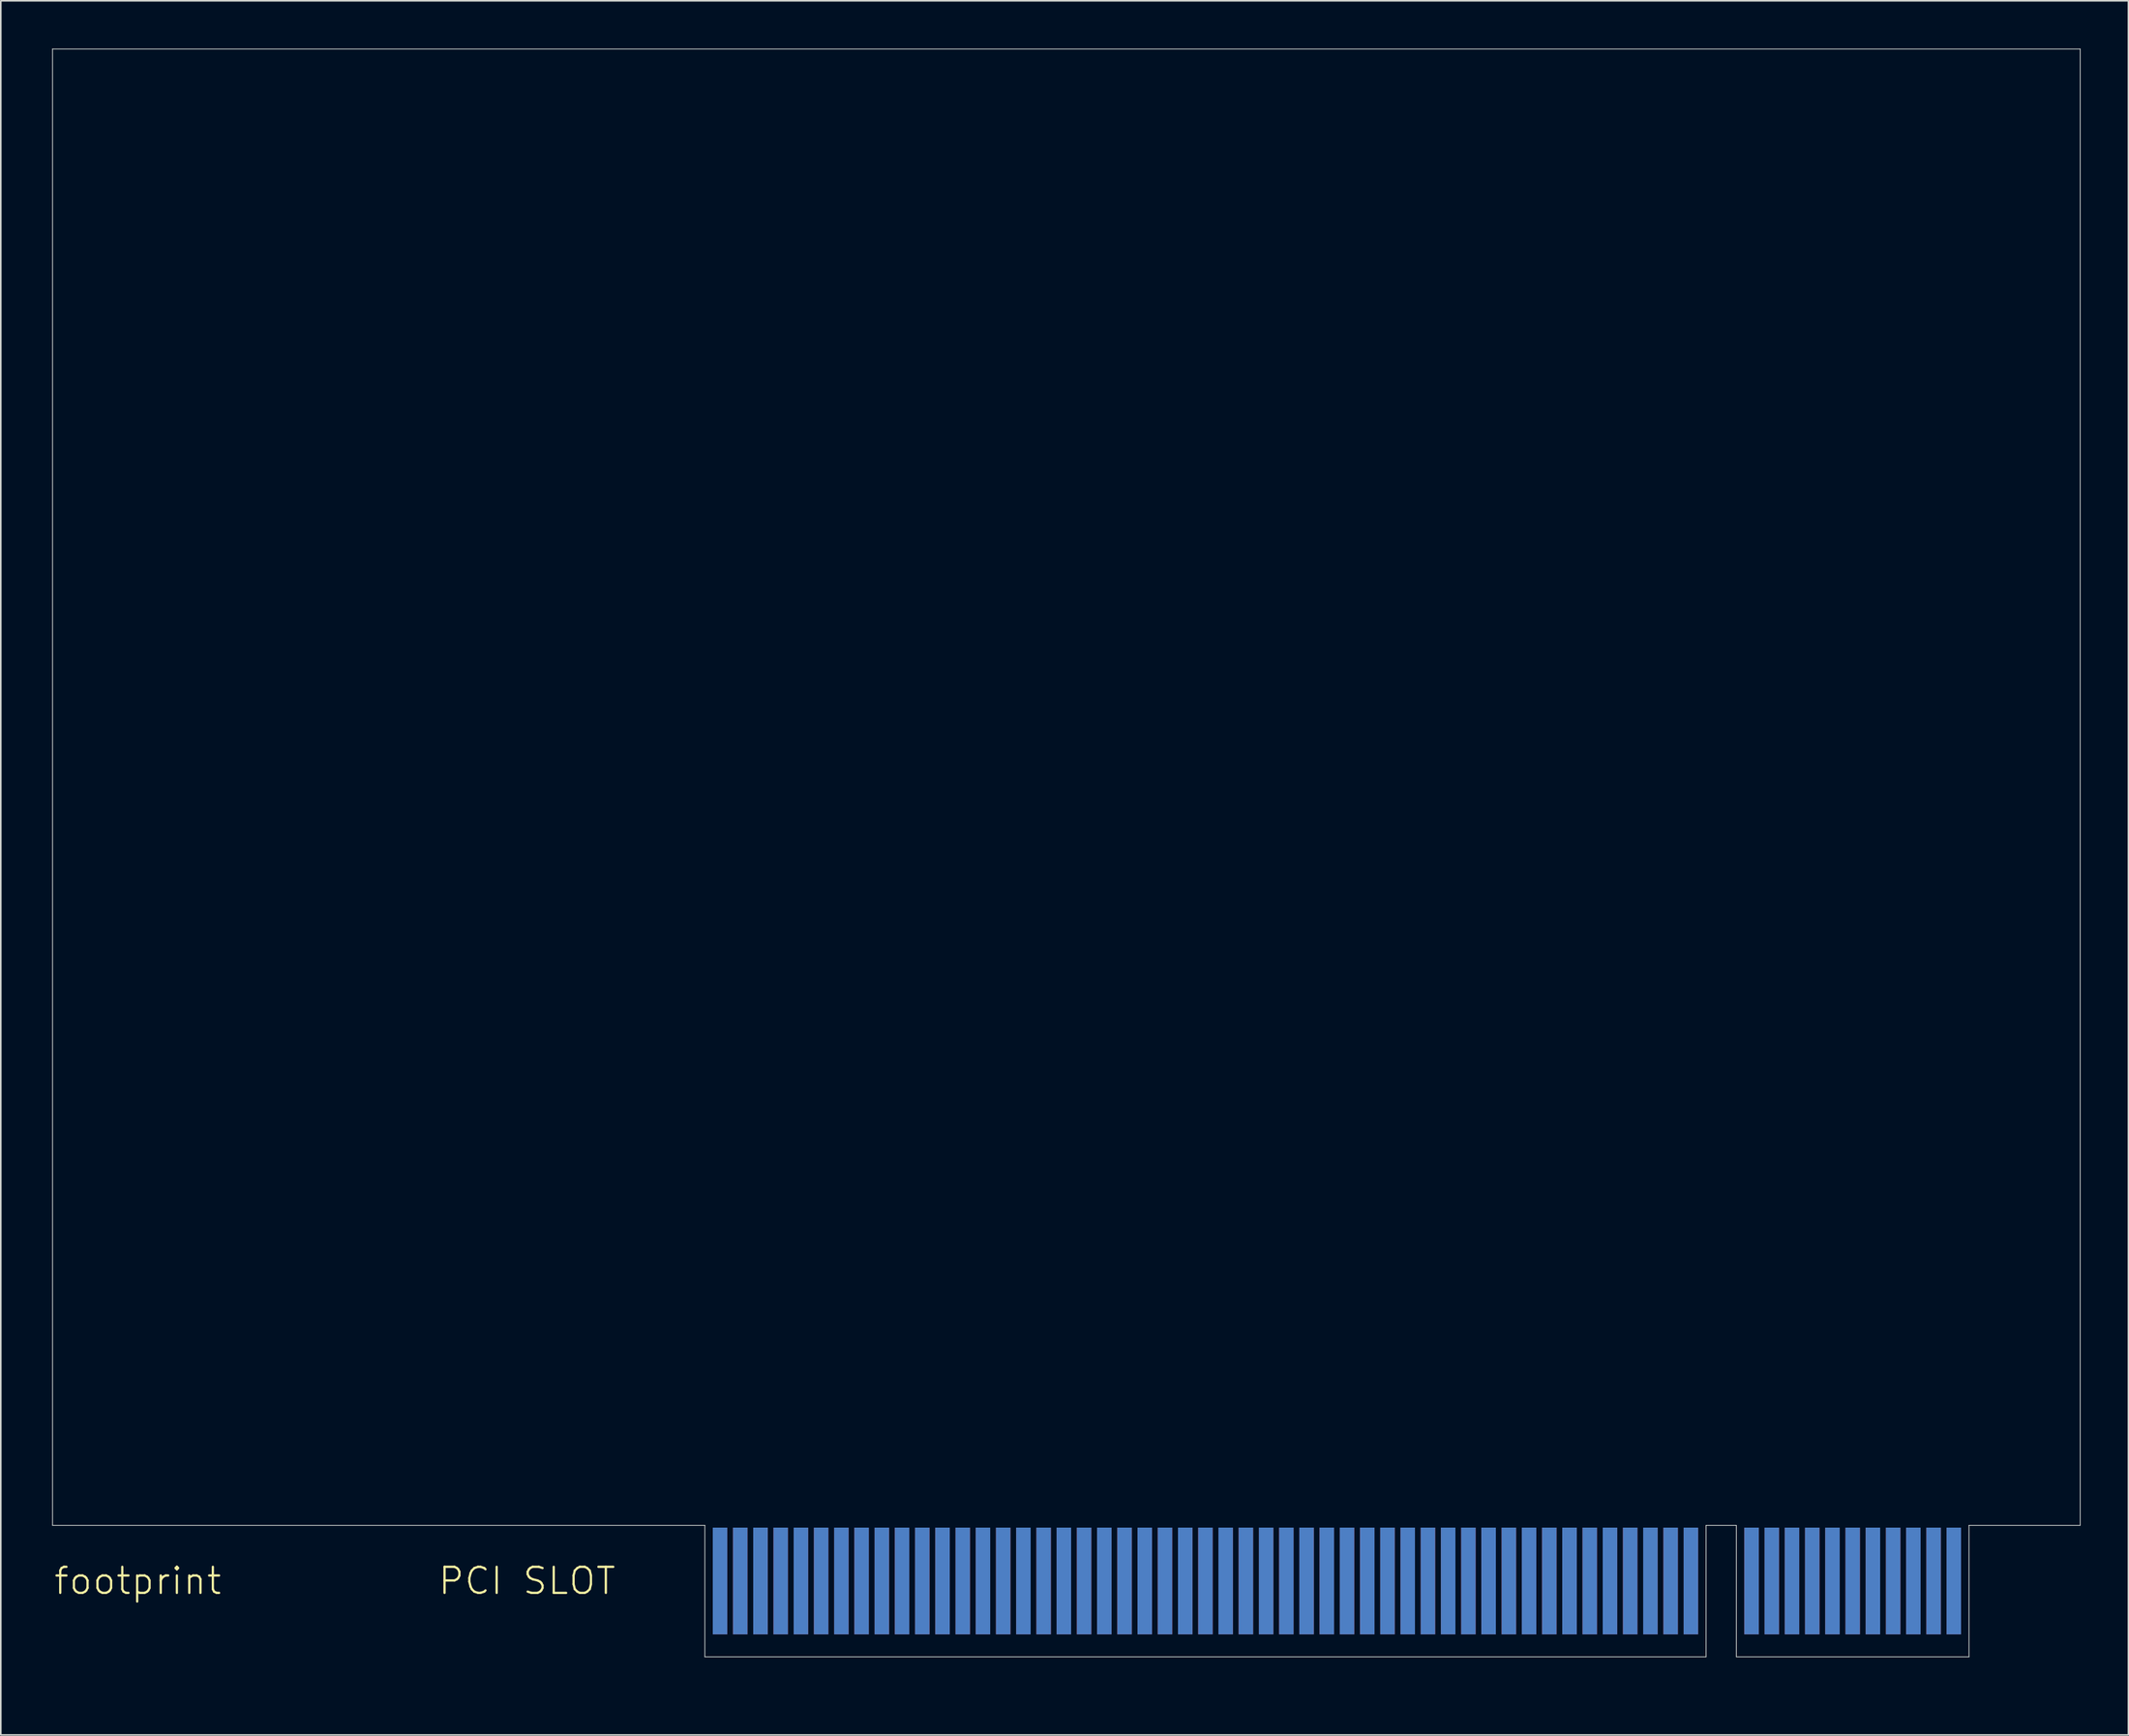
<source format=kicad_pcb>
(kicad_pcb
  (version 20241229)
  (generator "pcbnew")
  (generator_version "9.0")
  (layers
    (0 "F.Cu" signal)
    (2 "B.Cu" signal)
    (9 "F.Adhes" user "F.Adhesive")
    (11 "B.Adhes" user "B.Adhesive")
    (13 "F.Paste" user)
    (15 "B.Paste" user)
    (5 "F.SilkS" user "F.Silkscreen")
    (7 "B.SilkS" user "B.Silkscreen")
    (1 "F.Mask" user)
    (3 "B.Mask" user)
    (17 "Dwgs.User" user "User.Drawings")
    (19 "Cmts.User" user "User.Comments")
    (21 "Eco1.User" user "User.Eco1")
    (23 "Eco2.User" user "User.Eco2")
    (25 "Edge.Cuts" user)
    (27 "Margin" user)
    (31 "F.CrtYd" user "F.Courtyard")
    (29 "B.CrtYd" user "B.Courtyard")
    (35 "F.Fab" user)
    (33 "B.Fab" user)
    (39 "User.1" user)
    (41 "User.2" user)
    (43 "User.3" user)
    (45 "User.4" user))
  (footprint "footprint"
    (layer "F.Cu")
    (at 0.25 100.99)
    (property "Reference" "footprint" (at 0 -3.81 0) (layer "F.SilkS") (effects (font (size 1.636 1.636) (thickness 0.142)) (justify left bottom)))
    (fp_line (start 40.64 1.27) (end 121.285 1.27) (stroke (width 0.889) (type solid)) (layer "F.Mask"))
    (fp_line (start 41.91 -8.255) (end 41.91 1.27) (stroke (width 0.889) (type solid)) (layer "F.Mask"))
    (fp_line (start 43.18 -8.255) (end 43.18 1.27) (stroke (width 0.889) (type solid)) (layer "F.Mask"))
    (fp_line (start 44.45 -8.255) (end 44.45 1.27) (stroke (width 0.889) (type solid)) (layer "F.Mask"))
    (fp_line (start 45.72 -8.255) (end 45.72 1.27) (stroke (width 0.889) (type solid)) (layer "F.Mask"))
    (fp_line (start 46.99 -8.255) (end 46.99 1.27) (stroke (width 0.889) (type solid)) (layer "F.Mask"))
    (fp_line (start 48.26 -8.255) (end 48.26 1.27) (stroke (width 0.889) (type solid)) (layer "F.Mask"))
    (fp_line (start 49.53 -8.255) (end 49.53 1.27) (stroke (width 0.889) (type solid)) (layer "F.Mask"))
    (fp_line (start 50.8 -8.255) (end 50.8 1.27) (stroke (width 0.889) (type solid)) (layer "F.Mask"))
    (fp_line (start 52.07 -8.255) (end 52.07 1.27) (stroke (width 0.889) (type solid)) (layer "F.Mask"))
    (fp_line (start 53.34 -8.255) (end 53.34 1.27) (stroke (width 0.889) (type solid)) (layer "F.Mask"))
    (fp_line (start 54.61 -8.255) (end 54.61 1.27) (stroke (width 0.889) (type solid)) (layer "F.Mask"))
    (fp_line (start 55.88 -8.255) (end 55.88 1.27) (stroke (width 0.889) (type solid)) (layer "F.Mask"))
    (fp_line (start 57.15 -8.255) (end 57.15 1.27) (stroke (width 0.889) (type solid)) (layer "F.Mask"))
    (fp_line (start 58.42 -8.255) (end 58.42 1.27) (stroke (width 0.889) (type solid)) (layer "F.Mask"))
    (fp_line (start 59.69 -8.255) (end 59.69 1.27) (stroke (width 0.889) (type solid)) (layer "F.Mask"))
    (fp_line (start 60.96 -8.255) (end 60.96 1.27) (stroke (width 0.889) (type solid)) (layer "F.Mask"))
    (fp_line (start 62.23 -8.255) (end 62.23 1.27) (stroke (width 0.889) (type solid)) (layer "F.Mask"))
    (fp_line (start 63.5 -8.255) (end 63.5 1.27) (stroke (width 0.889) (type solid)) (layer "F.Mask"))
    (fp_line (start 64.77 -8.255) (end 64.77 1.27) (stroke (width 0.889) (type solid)) (layer "F.Mask"))
    (fp_line (start 66.04 -8.255) (end 66.04 1.27) (stroke (width 0.889) (type solid)) (layer "F.Mask"))
    (fp_line (start 67.31 -8.255) (end 67.31 1.27) (stroke (width 0.889) (type solid)) (layer "F.Mask"))
    (fp_line (start 68.58 -8.255) (end 68.58 1.27) (stroke (width 0.889) (type solid)) (layer "F.Mask"))
    (fp_line (start 69.85 -8.255) (end 69.85 1.27) (stroke (width 0.889) (type solid)) (layer "F.Mask"))
    (fp_line (start 71.12 -8.255) (end 71.12 1.27) (stroke (width 0.889) (type solid)) (layer "F.Mask"))
    (fp_line (start 72.39 -8.255) (end 72.39 1.27) (stroke (width 0.889) (type solid)) (layer "F.Mask"))
    (fp_line (start 73.66 -8.255) (end 73.66 1.27) (stroke (width 0.889) (type solid)) (layer "F.Mask"))
    (fp_line (start 74.93 -8.255) (end 74.93 1.27) (stroke (width 0.889) (type solid)) (layer "F.Mask"))
    (fp_line (start 76.2 -8.255) (end 76.2 1.27) (stroke (width 0.889) (type solid)) (layer "F.Mask"))
    (fp_line (start 77.47 -8.255) (end 77.47 1.27) (stroke (width 0.889) (type solid)) (layer "F.Mask"))
    (fp_line (start 78.74 -8.255) (end 78.74 1.27) (stroke (width 0.889) (type solid)) (layer "F.Mask"))
    (fp_line (start 80.01 -8.255) (end 80.01 1.27) (stroke (width 0.889) (type solid)) (layer "F.Mask"))
    (fp_line (start 81.28 -8.255) (end 81.28 1.27) (stroke (width 0.889) (type solid)) (layer "F.Mask"))
    (fp_line (start 82.55 -8.255) (end 82.55 1.27) (stroke (width 0.889) (type solid)) (layer "F.Mask"))
    (fp_line (start 83.82 -8.255) (end 83.82 1.27) (stroke (width 0.889) (type solid)) (layer "F.Mask"))
    (fp_line (start 85.09 -8.255) (end 85.09 1.27) (stroke (width 0.889) (type solid)) (layer "F.Mask"))
    (fp_line (start 86.36 -8.255) (end 86.36 1.27) (stroke (width 0.889) (type solid)) (layer "F.Mask"))
    (fp_line (start 87.63 -8.255) (end 87.63 1.27) (stroke (width 0.889) (type solid)) (layer "F.Mask"))
    (fp_line (start 88.9 -8.255) (end 88.9 1.27) (stroke (width 0.889) (type solid)) (layer "F.Mask"))
    (fp_line (start 90.17 -8.255) (end 90.17 1.27) (stroke (width 0.889) (type solid)) (layer "F.Mask"))
    (fp_line (start 91.44 -8.255) (end 91.44 1.27) (stroke (width 0.889) (type solid)) (layer "F.Mask"))
    (fp_line (start 92.71 -8.255) (end 92.71 1.27) (stroke (width 0.889) (type solid)) (layer "F.Mask"))
    (fp_line (start 93.98 -8.255) (end 93.98 1.27) (stroke (width 0.889) (type solid)) (layer "F.Mask"))
    (fp_line (start 95.25 -8.255) (end 95.25 1.27) (stroke (width 0.889) (type solid)) (layer "F.Mask"))
    (fp_line (start 96.52 -8.255) (end 96.52 1.27) (stroke (width 0.889) (type solid)) (layer "F.Mask"))
    (fp_line (start 97.79 -8.255) (end 97.79 1.27) (stroke (width 0.889) (type solid)) (layer "F.Mask"))
    (fp_line (start 99.06 -8.255) (end 99.06 1.27) (stroke (width 0.889) (type solid)) (layer "F.Mask"))
    (fp_line (start 100.33 -8.255) (end 100.33 1.27) (stroke (width 0.889) (type solid)) (layer "F.Mask"))
    (fp_line (start 101.6 -8.255) (end 101.6 1.27) (stroke (width 0.889) (type solid)) (layer "F.Mask"))
    (fp_line (start 102.87 -8.255) (end 102.87 1.27) (stroke (width 0.889) (type solid)) (layer "F.Mask"))
    (fp_line (start 106.68 -8.255) (end 106.68 1.27) (stroke (width 0.889) (type solid)) (layer "F.Mask"))
    (fp_line (start 107.95 -8.255) (end 107.95 1.27) (stroke (width 0.889) (type solid)) (layer "F.Mask"))
    (fp_line (start 109.22 -8.255) (end 109.22 1.27) (stroke (width 0.889) (type solid)) (layer "F.Mask"))
    (fp_line (start 110.49 -8.255) (end 110.49 1.27) (stroke (width 0.889) (type solid)) (layer "F.Mask"))
    (fp_line (start 111.76 -8.255) (end 111.76 1.27) (stroke (width 0.889) (type solid)) (layer "F.Mask"))
    (fp_line (start 113.03 -8.255) (end 113.03 1.27) (stroke (width 0.889) (type solid)) (layer "F.Mask"))
    (fp_line (start 114.3 -8.255) (end 114.3 1.27) (stroke (width 0.889) (type solid)) (layer "F.Mask"))
    (fp_line (start 115.57 -8.255) (end 115.57 1.27) (stroke (width 0.889) (type solid)) (layer "F.Mask"))
    (fp_line (start 116.84 -8.255) (end 116.84 1.27) (stroke (width 0.889) (type solid)) (layer "F.Mask"))
    (fp_line (start 118.11 -8.255) (end 118.11 1.27) (stroke (width 0.889) (type solid)) (layer "F.Mask"))
    (fp_line (start 119.38 -8.255) (end 119.38 1.27) (stroke (width 0.889) (type solid)) (layer "F.Mask"))
    (fp_poly (pts (xy 40.64 1.905) (xy 121.285 1.905) (xy 121.285 -8.255) (xy 40.64 -8.255)) (stroke (width 0) (type solid)) (fill yes) (layer "F.Mask"))
    (fp_line (start 41.91 -8.255) (end 41.91 1.27) (stroke (width 0.889) (type solid)) (layer "B.Mask"))
    (fp_line (start 43.18 -8.255) (end 43.18 1.27) (stroke (width 0.889) (type solid)) (layer "B.Mask"))
    (fp_line (start 44.45 -8.255) (end 44.45 1.27) (stroke (width 0.889) (type solid)) (layer "B.Mask"))
    (fp_line (start 45.72 -8.255) (end 45.72 1.27) (stroke (width 0.889) (type solid)) (layer "B.Mask"))
    (fp_line (start 46.99 -8.255) (end 46.99 1.27) (stroke (width 0.889) (type solid)) (layer "B.Mask"))
    (fp_line (start 48.26 -8.255) (end 48.26 1.27) (stroke (width 0.889) (type solid)) (layer "B.Mask"))
    (fp_line (start 49.53 -8.255) (end 49.53 1.27) (stroke (width 0.889) (type solid)) (layer "B.Mask"))
    (fp_line (start 50.8 -8.255) (end 50.8 1.27) (stroke (width 0.889) (type solid)) (layer "B.Mask"))
    (fp_line (start 52.07 -8.255) (end 52.07 1.27) (stroke (width 0.889) (type solid)) (layer "B.Mask"))
    (fp_line (start 53.34 -8.255) (end 53.34 1.27) (stroke (width 0.889) (type solid)) (layer "B.Mask"))
    (fp_line (start 54.61 -8.255) (end 54.61 1.27) (stroke (width 0.889) (type solid)) (layer "B.Mask"))
    (fp_line (start 55.88 -8.255) (end 55.88 1.27) (stroke (width 0.889) (type solid)) (layer "B.Mask"))
    (fp_line (start 57.15 -8.255) (end 57.15 1.27) (stroke (width 0.889) (type solid)) (layer "B.Mask"))
    (fp_line (start 58.42 -8.255) (end 58.42 1.27) (stroke (width 0.889) (type solid)) (layer "B.Mask"))
    (fp_line (start 59.69 -8.255) (end 59.69 1.27) (stroke (width 0.889) (type solid)) (layer "B.Mask"))
    (fp_line (start 60.96 -8.255) (end 60.96 1.27) (stroke (width 0.889) (type solid)) (layer "B.Mask"))
    (fp_line (start 62.23 -8.255) (end 62.23 1.27) (stroke (width 0.889) (type solid)) (layer "B.Mask"))
    (fp_line (start 63.5 -8.255) (end 63.5 1.27) (stroke (width 0.889) (type solid)) (layer "B.Mask"))
    (fp_line (start 64.77 -8.255) (end 64.77 1.27) (stroke (width 0.889) (type solid)) (layer "B.Mask"))
    (fp_line (start 66.04 -8.255) (end 66.04 1.27) (stroke (width 0.889) (type solid)) (layer "B.Mask"))
    (fp_line (start 67.31 -8.255) (end 67.31 1.27) (stroke (width 0.889) (type solid)) (layer "B.Mask"))
    (fp_line (start 68.58 -8.255) (end 68.58 1.27) (stroke (width 0.889) (type solid)) (layer "B.Mask"))
    (fp_line (start 69.85 -8.255) (end 69.85 1.27) (stroke (width 0.889) (type solid)) (layer "B.Mask"))
    (fp_line (start 71.12 -8.255) (end 71.12 1.27) (stroke (width 0.889) (type solid)) (layer "B.Mask"))
    (fp_line (start 72.39 -8.255) (end 72.39 1.27) (stroke (width 0.889) (type solid)) (layer "B.Mask"))
    (fp_line (start 73.66 -8.255) (end 73.66 1.27) (stroke (width 0.889) (type solid)) (layer "B.Mask"))
    (fp_line (start 74.93 -8.255) (end 74.93 1.27) (stroke (width 0.889) (type solid)) (layer "B.Mask"))
    (fp_line (start 76.2 -8.255) (end 76.2 1.27) (stroke (width 0.889) (type solid)) (layer "B.Mask"))
    (fp_line (start 77.47 -8.255) (end 77.47 1.27) (stroke (width 0.889) (type solid)) (layer "B.Mask"))
    (fp_line (start 78.74 -8.255) (end 78.74 1.27) (stroke (width 0.889) (type solid)) (layer "B.Mask"))
    (fp_line (start 80.01 -8.255) (end 80.01 1.27) (stroke (width 0.889) (type solid)) (layer "B.Mask"))
    (fp_line (start 81.28 -8.255) (end 81.28 1.27) (stroke (width 0.889) (type solid)) (layer "B.Mask"))
    (fp_line (start 82.55 -8.255) (end 82.55 1.27) (stroke (width 0.889) (type solid)) (layer "B.Mask"))
    (fp_line (start 83.82 -8.255) (end 83.82 1.27) (stroke (width 0.889) (type solid)) (layer "B.Mask"))
    (fp_line (start 85.09 -8.255) (end 85.09 1.27) (stroke (width 0.889) (type solid)) (layer "B.Mask"))
    (fp_line (start 86.36 -8.255) (end 86.36 1.27) (stroke (width 0.889) (type solid)) (layer "B.Mask"))
    (fp_line (start 87.63 -8.255) (end 87.63 1.27) (stroke (width 0.889) (type solid)) (layer "B.Mask"))
    (fp_line (start 88.9 -8.255) (end 88.9 1.27) (stroke (width 0.889) (type solid)) (layer "B.Mask"))
    (fp_line (start 90.17 -8.255) (end 90.17 1.27) (stroke (width 0.889) (type solid)) (layer "B.Mask"))
    (fp_line (start 91.44 -8.255) (end 91.44 1.27) (stroke (width 0.889) (type solid)) (layer "B.Mask"))
    (fp_line (start 92.71 -8.255) (end 92.71 1.27) (stroke (width 0.889) (type solid)) (layer "B.Mask"))
    (fp_line (start 93.98 -8.255) (end 93.98 1.27) (stroke (width 0.889) (type solid)) (layer "B.Mask"))
    (fp_line (start 95.25 -8.255) (end 95.25 1.27) (stroke (width 0.889) (type solid)) (layer "B.Mask"))
    (fp_line (start 96.52 -8.255) (end 96.52 1.27) (stroke (width 0.889) (type solid)) (layer "B.Mask"))
    (fp_line (start 97.79 -8.255) (end 97.79 1.27) (stroke (width 0.889) (type solid)) (layer "B.Mask"))
    (fp_line (start 99.06 -8.255) (end 99.06 1.27) (stroke (width 0.889) (type solid)) (layer "B.Mask"))
    (fp_line (start 100.33 -8.255) (end 100.33 1.27) (stroke (width 0.889) (type solid)) (layer "B.Mask"))
    (fp_line (start 101.6 -8.255) (end 101.6 1.27) (stroke (width 0.889) (type solid)) (layer "B.Mask"))
    (fp_line (start 102.87 -8.255) (end 102.87 1.27) (stroke (width 0.889) (type solid)) (layer "B.Mask"))
    (fp_line (start 106.68 -8.255) (end 106.68 1.27) (stroke (width 0.889) (type solid)) (layer "B.Mask"))
    (fp_line (start 107.95 -8.255) (end 107.95 1.27) (stroke (width 0.889) (type solid)) (layer "B.Mask"))
    (fp_line (start 109.22 -8.255) (end 109.22 1.27) (stroke (width 0.889) (type solid)) (layer "B.Mask"))
    (fp_line (start 110.49 -8.255) (end 110.49 1.27) (stroke (width 0.889) (type solid)) (layer "B.Mask"))
    (fp_line (start 111.76 -8.255) (end 111.76 1.27) (stroke (width 0.889) (type solid)) (layer "B.Mask"))
    (fp_line (start 113.03 -8.255) (end 113.03 1.27) (stroke (width 0.889) (type solid)) (layer "B.Mask"))
    (fp_line (start 114.3 -8.255) (end 114.3 1.27) (stroke (width 0.889) (type solid)) (layer "B.Mask"))
    (fp_line (start 115.57 -8.255) (end 115.57 1.27) (stroke (width 0.889) (type solid)) (layer "B.Mask"))
    (fp_line (start 116.84 -8.255) (end 116.84 1.27) (stroke (width 0.889) (type solid)) (layer "B.Mask"))
    (fp_line (start 118.11 -8.255) (end 118.11 1.27) (stroke (width 0.889) (type solid)) (layer "B.Mask"))
    (fp_line (start 119.38 -8.255) (end 119.38 1.27) (stroke (width 0.889) (type solid)) (layer "B.Mask"))
    (fp_line (start 121.285 1.27) (end 40.64 1.27) (stroke (width 0.889) (type solid)) (layer "B.Mask"))
    (fp_poly (pts (xy 40.64 1.905) (xy 121.285 1.905) (xy 121.285 -8.255) (xy 40.64 -8.255)) (stroke (width 0) (type solid)) (fill yes) (layer "B.Mask"))
    (fp_line (start 0 -100.965) (end 127.317 -100.965) (stroke (width 0.05) (type solid)) (layer "Edge.Cuts"))
    (fp_line (start 0 -8.255) (end 0 -100.965) (stroke (width 0.05) (type solid)) (layer "Edge.Cuts"))
    (fp_line (start 40.958 -8.255) (end 0 -8.255) (stroke (width 0.05) (type solid)) (layer "Edge.Cuts"))
    (fp_line (start 40.958 0) (end 40.958 -8.255) (stroke (width 0.05) (type solid)) (layer "Edge.Cuts"))
    (fp_line (start 103.823 -8.255) (end 103.823 0) (stroke (width 0.05) (type solid)) (layer "Edge.Cuts"))
    (fp_line (start 103.823 0) (end 40.958 0) (stroke (width 0.05) (type solid)) (layer "Edge.Cuts"))
    (fp_line (start 105.728 -8.255) (end 103.823 -8.255) (stroke (width 0.05) (type solid)) (layer "Edge.Cuts"))
    (fp_line (start 105.728 0) (end 105.728 -8.255) (stroke (width 0.05) (type solid)) (layer "Edge.Cuts"))
    (fp_line (start 120.332 -8.255) (end 120.332 0) (stroke (width 0.05) (type solid)) (layer "Edge.Cuts"))
    (fp_line (start 120.332 0) (end 105.728 0) (stroke (width 0.05) (type solid)) (layer "Edge.Cuts"))
    (fp_line (start 127.317 -100.965) (end 127.317 -8.255) (stroke (width 0.05) (type solid)) (layer "Edge.Cuts"))
    (fp_line (start 127.317 -8.255) (end 120.332 -8.255) (stroke (width 0.05) (type solid)) (layer "Edge.Cuts"))
    (fp_text user "PCI SLOT" (at 24.13 -3.81 0) (layer "F.SilkS") (effects (font (size 1.636 1.636) (thickness 0.142)) (justify left bottom)))
    (pad "C1" smd rect (at 41.91 -4.763) (size 0.91 6.7) (layers "F.Cu" "F.Mask"))
    (pad "C2" smd rect (at 43.18 -4.763) (size 0.91 6.7) (layers "F.Cu" "F.Mask"))
    (pad "C3" smd rect (at 44.45 -4.763) (size 0.91 6.7) (layers "F.Cu" "F.Mask"))
    (pad "C4" smd rect (at 45.72 -4.763) (size 0.91 6.7) (layers "F.Cu" "F.Mask"))
    (pad "C5" smd rect (at 46.99 -4.763) (size 0.91 6.7) (layers "F.Cu" "F.Mask"))
    (pad "C6" smd rect (at 48.26 -4.763) (size 0.91 6.7) (layers "F.Cu" "F.Mask"))
    (pad "C7" smd rect (at 49.53 -4.763) (size 0.91 6.7) (layers "F.Cu" "F.Mask"))
    (pad "C8" smd rect (at 50.8 -4.763) (size 0.91 6.7) (layers "F.Cu" "F.Mask"))
    (pad "C9" smd rect (at 52.07 -4.763) (size 0.91 6.7) (layers "F.Cu" "F.Mask"))
    (pad "C10" smd rect (at 53.34 -4.763) (size 0.91 6.7) (layers "F.Cu" "F.Mask"))
    (pad "C11" smd rect (at 54.61 -4.763) (size 0.91 6.7) (layers "F.Cu" "F.Mask"))
    (pad "C12" smd rect (at 55.88 -4.763) (size 0.91 6.7) (layers "F.Cu" "F.Mask"))
    (pad "C13" smd rect (at 57.15 -4.763) (size 0.91 6.7) (layers "F.Cu" "F.Mask"))
    (pad "C14" smd rect (at 58.42 -4.763) (size 0.91 6.7) (layers "F.Cu" "F.Mask"))
    (pad "C15" smd rect (at 59.69 -4.763) (size 0.91 6.7) (layers "F.Cu" "F.Mask"))
    (pad "C16" smd rect (at 60.96 -4.763) (size 0.91 6.7) (layers "F.Cu" "F.Mask"))
    (pad "C17" smd rect (at 62.23 -4.763) (size 0.91 6.7) (layers "F.Cu" "F.Mask"))
    (pad "C18" smd rect (at 63.5 -4.763) (size 0.91 6.7) (layers "F.Cu" "F.Mask"))
    (pad "C19" smd rect (at 64.77 -4.763) (size 0.91 6.7) (layers "F.Cu" "F.Mask"))
    (pad "C20" smd rect (at 66.04 -4.763) (size 0.91 6.7) (layers "F.Cu" "F.Mask"))
    (pad "C21" smd rect (at 67.31 -4.763) (size 0.91 6.7) (layers "F.Cu" "F.Mask"))
    (pad "C22" smd rect (at 68.58 -4.763) (size 0.91 6.7) (layers "F.Cu" "F.Mask"))
    (pad "C23" smd rect (at 69.85 -4.763) (size 0.91 6.7) (layers "F.Cu" "F.Mask"))
    (pad "C24" smd rect (at 71.12 -4.763) (size 0.91 6.7) (layers "F.Cu" "F.Mask"))
    (pad "C25" smd rect (at 72.39 -4.763) (size 0.91 6.7) (layers "F.Cu" "F.Mask"))
    (pad "C26" smd rect (at 73.66 -4.763) (size 0.91 6.7) (layers "F.Cu" "F.Mask"))
    (pad "C27" smd rect (at 74.93 -4.763) (size 0.91 6.7) (layers "F.Cu" "F.Mask"))
    (pad "C28" smd rect (at 76.2 -4.763) (size 0.91 6.7) (layers "F.Cu" "F.Mask"))
    (pad "C29" smd rect (at 77.47 -4.763) (size 0.91 6.7) (layers "F.Cu" "F.Mask"))
    (pad "C30" smd rect (at 78.74 -4.763) (size 0.91 6.7) (layers "F.Cu" "F.Mask"))
    (pad "C31" smd rect (at 80.01 -4.763) (size 0.91 6.7) (layers "F.Cu" "F.Mask"))
    (pad "C32" smd rect (at 81.28 -4.763) (size 0.91 6.7) (layers "F.Cu" "F.Mask"))
    (pad "C33" smd rect (at 82.55 -4.763) (size 0.91 6.7) (layers "F.Cu" "F.Mask"))
    (pad "C34" smd rect (at 83.82 -4.763) (size 0.91 6.7) (layers "F.Cu" "F.Mask"))
    (pad "C35" smd rect (at 85.09 -4.763) (size 0.91 6.7) (layers "F.Cu" "F.Mask"))
    (pad "C36" smd rect (at 86.36 -4.763) (size 0.91 6.7) (layers "F.Cu" "F.Mask"))
    (pad "C37" smd rect (at 87.63 -4.763) (size 0.91 6.7) (layers "F.Cu" "F.Mask"))
    (pad "C38" smd rect (at 88.9 -4.763) (size 0.91 6.7) (layers "F.Cu" "F.Mask"))
    (pad "C39" smd rect (at 90.17 -4.763) (size 0.91 6.7) (layers "F.Cu" "F.Mask"))
    (pad "C40" smd rect (at 91.44 -4.763) (size 0.91 6.7) (layers "F.Cu" "F.Mask"))
    (pad "C41" smd rect (at 92.71 -4.763) (size 0.91 6.7) (layers "F.Cu" "F.Mask"))
    (pad "C42" smd rect (at 93.98 -4.763) (size 0.91 6.7) (layers "F.Cu" "F.Mask"))
    (pad "C43" smd rect (at 95.25 -4.763) (size 0.91 6.7) (layers "F.Cu" "F.Mask"))
    (pad "C44" smd rect (at 96.52 -4.763) (size 0.91 6.7) (layers "F.Cu" "F.Mask"))
    (pad "C45" smd rect (at 97.79 -4.763) (size 0.91 6.7) (layers "F.Cu" "F.Mask"))
    (pad "C46" smd rect (at 99.06 -4.763) (size 0.91 6.7) (layers "F.Cu" "F.Mask"))
    (pad "C47" smd rect (at 100.33 -4.763) (size 0.91 6.7) (layers "F.Cu" "F.Mask"))
    (pad "C48" smd rect (at 101.6 -4.763) (size 0.91 6.7) (layers "F.Cu" "F.Mask"))
    (pad "C49" smd rect (at 102.87 -4.763) (size 0.91 6.7) (layers "F.Cu" "F.Mask"))
    (pad "C52" smd rect (at 106.68 -4.763) (size 0.91 6.7) (layers "F.Cu" "F.Mask"))
    (pad "C53" smd rect (at 107.95 -4.763) (size 0.91 6.7) (layers "F.Cu" "F.Mask"))
    (pad "C54" smd rect (at 109.22 -4.763) (size 0.91 6.7) (layers "F.Cu" "F.Mask"))
    (pad "C55" smd rect (at 110.49 -4.763) (size 0.91 6.7) (layers "F.Cu" "F.Mask"))
    (pad "C56" smd rect (at 111.76 -4.763) (size 0.91 6.7) (layers "F.Cu" "F.Mask"))
    (pad "C57" smd rect (at 113.03 -4.763) (size 0.91 6.7) (layers "F.Cu" "F.Mask"))
    (pad "C58" smd rect (at 114.3 -4.763) (size 0.91 6.7) (layers "F.Cu" "F.Mask"))
    (pad "C59" smd rect (at 115.57 -4.763) (size 0.91 6.7) (layers "F.Cu" "F.Mask"))
    (pad "C60" smd rect (at 116.84 -4.763) (size 0.91 6.7) (layers "F.Cu" "F.Mask"))
    (pad "C61" smd rect (at 118.11 -4.763) (size 0.91 6.7) (layers "F.Cu" "F.Mask"))
    (pad "C62" smd rect (at 119.38 -4.763) (size 0.91 6.7) (layers "F.Cu" "F.Mask"))
    (pad "S1" smd rect (at 41.91 -4.763) (size 0.91 6.7) (layers "B.Cu" "B.Mask"))
    (pad "S2" smd rect (at 43.18 -4.763) (size 0.91 6.7) (layers "B.Cu" "B.Mask"))
    (pad "S3" smd rect (at 44.45 -4.763) (size 0.91 6.7) (layers "B.Cu" "B.Mask"))
    (pad "S4" smd rect (at 45.72 -4.763) (size 0.91 6.7) (layers "B.Cu" "B.Mask"))
    (pad "S5" smd rect (at 46.99 -4.763) (size 0.91 6.7) (layers "B.Cu" "B.Mask"))
    (pad "S6" smd rect (at 48.26 -4.763) (size 0.91 6.7) (layers "B.Cu" "B.Mask"))
    (pad "S7" smd rect (at 49.53 -4.763) (size 0.91 6.7) (layers "B.Cu" "B.Mask"))
    (pad "S8" smd rect (at 50.8 -4.763) (size 0.91 6.7) (layers "B.Cu" "B.Mask"))
    (pad "S9" smd rect (at 52.07 -4.763) (size 0.91 6.7) (layers "B.Cu" "B.Mask"))
    (pad "S10" smd rect (at 53.34 -4.763) (size 0.91 6.7) (layers "B.Cu" "B.Mask"))
    (pad "S11" smd rect (at 54.61 -4.763) (size 0.91 6.7) (layers "B.Cu" "B.Mask"))
    (pad "S12" smd rect (at 55.88 -4.763) (size 0.91 6.7) (layers "B.Cu" "B.Mask"))
    (pad "S13" smd rect (at 57.15 -4.763) (size 0.91 6.7) (layers "B.Cu" "B.Mask"))
    (pad "S14" smd rect (at 58.42 -4.763) (size 0.91 6.7) (layers "B.Cu" "B.Mask"))
    (pad "S15" smd rect (at 59.69 -4.763) (size 0.91 6.7) (layers "B.Cu" "B.Mask"))
    (pad "S16" smd rect (at 60.96 -4.763) (size 0.91 6.7) (layers "B.Cu" "B.Mask"))
    (pad "S17" smd rect (at 62.23 -4.763) (size 0.91 6.7) (layers "B.Cu" "B.Mask"))
    (pad "S18" smd rect (at 63.5 -4.763) (size 0.91 6.7) (layers "B.Cu" "B.Mask"))
    (pad "S19" smd rect (at 64.77 -4.763) (size 0.91 6.7) (layers "B.Cu" "B.Mask"))
    (pad "S20" smd rect (at 66.04 -4.763) (size 0.91 6.7) (layers "B.Cu" "B.Mask"))
    (pad "S21" smd rect (at 67.31 -4.763) (size 0.91 6.7) (layers "B.Cu" "B.Mask"))
    (pad "S22" smd rect (at 68.58 -4.763) (size 0.91 6.7) (layers "B.Cu" "B.Mask"))
    (pad "S23" smd rect (at 69.85 -4.763) (size 0.91 6.7) (layers "B.Cu" "B.Mask"))
    (pad "S24" smd rect (at 71.12 -4.763) (size 0.91 6.7) (layers "B.Cu" "B.Mask"))
    (pad "S25" smd rect (at 72.39 -4.763) (size 0.91 6.7) (layers "B.Cu" "B.Mask"))
    (pad "S26" smd rect (at 73.66 -4.763) (size 0.91 6.7) (layers "B.Cu" "B.Mask"))
    (pad "S27" smd rect (at 74.93 -4.763) (size 0.91 6.7) (layers "B.Cu" "B.Mask"))
    (pad "S28" smd rect (at 76.2 -4.763) (size 0.91 6.7) (layers "B.Cu" "B.Mask"))
    (pad "S29" smd rect (at 77.47 -4.763) (size 0.91 6.7) (layers "B.Cu" "B.Mask"))
    (pad "S30" smd rect (at 78.74 -4.763) (size 0.91 6.7) (layers "B.Cu" "B.Mask"))
    (pad "S31" smd rect (at 80.01 -4.763) (size 0.91 6.7) (layers "B.Cu" "B.Mask"))
    (pad "S32" smd rect (at 81.28 -4.763) (size 0.91 6.7) (layers "B.Cu" "B.Mask"))
    (pad "S33" smd rect (at 82.55 -4.763) (size 0.91 6.7) (layers "B.Cu" "B.Mask"))
    (pad "S34" smd rect (at 83.82 -4.763) (size 0.91 6.7) (layers "B.Cu" "B.Mask"))
    (pad "S35" smd rect (at 85.09 -4.763) (size 0.91 6.7) (layers "B.Cu" "B.Mask"))
    (pad "S36" smd rect (at 86.36 -4.763) (size 0.91 6.7) (layers "B.Cu" "B.Mask"))
    (pad "S37" smd rect (at 87.63 -4.763) (size 0.91 6.7) (layers "B.Cu" "B.Mask"))
    (pad "S38" smd rect (at 88.9 -4.763) (size 0.91 6.7) (layers "B.Cu" "B.Mask"))
    (pad "S39" smd rect (at 90.17 -4.763) (size 0.91 6.7) (layers "B.Cu" "B.Mask"))
    (pad "S40" smd rect (at 91.44 -4.763) (size 0.91 6.7) (layers "B.Cu" "B.Mask"))
    (pad "S41" smd rect (at 92.71 -4.763) (size 0.91 6.7) (layers "B.Cu" "B.Mask"))
    (pad "S42" smd rect (at 93.98 -4.763) (size 0.91 6.7) (layers "B.Cu" "B.Mask"))
    (pad "S43" smd rect (at 95.25 -4.763) (size 0.91 6.7) (layers "B.Cu" "B.Mask"))
    (pad "S44" smd rect (at 96.52 -4.763) (size 0.91 6.7) (layers "B.Cu" "B.Mask"))
    (pad "S45" smd rect (at 97.79 -4.763) (size 0.91 6.7) (layers "B.Cu" "B.Mask"))
    (pad "S46" smd rect (at 99.06 -4.763) (size 0.91 6.7) (layers "B.Cu" "B.Mask"))
    (pad "S47" smd rect (at 100.33 -4.763) (size 0.91 6.7) (layers "B.Cu" "B.Mask"))
    (pad "S48" smd rect (at 101.6 -4.763) (size 0.91 6.7) (layers "B.Cu" "B.Mask"))
    (pad "S49" smd rect (at 102.87 -4.763) (size 0.91 6.7) (layers "B.Cu" "B.Mask"))
    (pad "S52" smd rect (at 106.68 -4.763) (size 0.91 6.7) (layers "B.Cu" "B.Mask"))
    (pad "S53" smd rect (at 107.95 -4.763) (size 0.91 6.7) (layers "B.Cu" "B.Mask"))
    (pad "S54" smd rect (at 109.22 -4.763) (size 0.91 6.7) (layers "B.Cu" "B.Mask"))
    (pad "S55" smd rect (at 110.49 -4.763) (size 0.91 6.7) (layers "B.Cu" "B.Mask"))
    (pad "S56" smd rect (at 111.76 -4.763) (size 0.91 6.7) (layers "B.Cu" "B.Mask"))
    (pad "S57" smd rect (at 113.03 -4.763) (size 0.91 6.7) (layers "B.Cu" "B.Mask"))
    (pad "S58" smd rect (at 114.3 -4.763) (size 0.91 6.7) (layers "B.Cu" "B.Mask"))
    (pad "S59" smd rect (at 115.57 -4.763) (size 0.91 6.7) (layers "B.Cu" "B.Mask"))
    (pad "S60" smd rect (at 116.84 -4.763) (size 0.91 6.7) (layers "B.Cu" "B.Mask"))
    (pad "S61" smd rect (at 118.11 -4.763) (size 0.91 6.7) (layers "B.Cu" "B.Mask"))
    (pad "S62" smd rect (at 119.38 -4.763) (size 0.91 6.7) (layers "B.Cu" "B.Mask")))
  (gr_rect
    (start -3 -3)
    (end 130.593 105.895)
    (stroke (width 0.1) (type default))
    (fill no)
    (layer "Edge.Cuts")))
</source>
